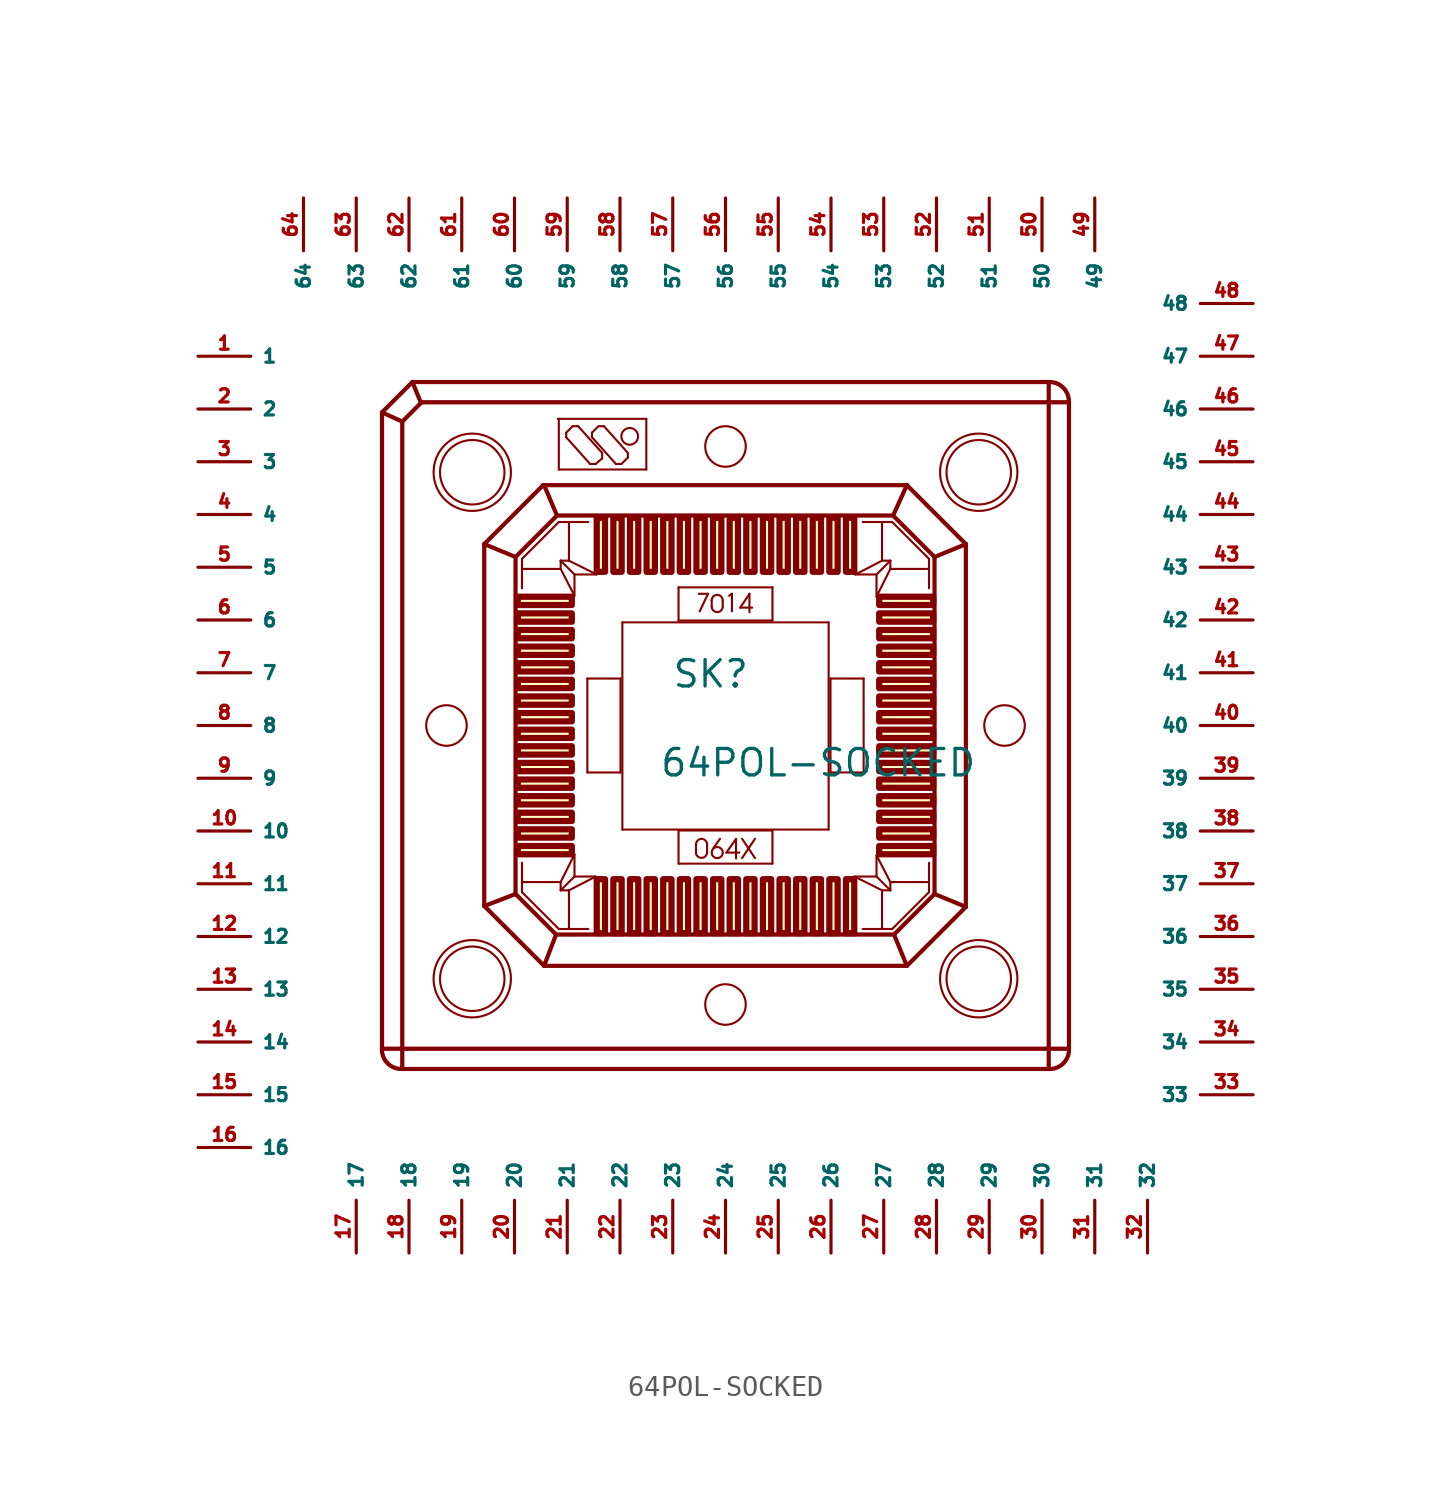
<source format=kicad_sym>
(kicad_symbol_lib
  (version 20220914)
  (generator Eagle2Kicad)
  (symbol "64POL-SOCKED"
    (property "Reference" "SK"
      (at -2.6 1.74 0)
      (effects (font (size 1.27 1.27) (thickness 0.16)) (justify left bottom)))
    (property "Value" "64POL-SOCKED"
      (at -3.2 -2.54 0)
      (effects (font (size 1.27 1.27) (thickness 0.16)) (justify left bottom)))
    (polyline
      (pts (xy -15.076 16.539) (xy 15.608 16.539))
      (stroke (width 0.203) (type default))
      (fill (type none)))
    (arc
      (start 16.5392 15.608)
      (mid 16.266 16.266)
      (end 15.608 16.5392)
      (stroke (width 0.2032) (type default))
      (fill (type none)))
    (polyline
      (pts (xy 16.539 15.608) (xy 16.539 -15.608))
      (stroke (width 0.203) (type default))
      (fill (type none)))
    (arc
      (start 15.608 -16.5392)
      (mid 16.266 -16.266)
      (end 16.5392 -15.608)
      (stroke (width 0.2032) (type default))
      (fill (type none)))
    (polyline
      (pts (xy 15.608 -16.539) (xy -15.608 -16.539))
      (stroke (width 0.203) (type default))
      (fill (type none)))
    (arc
      (start -16.5392 -15.608)
      (mid -16.266 -16.266)
      (end -15.608 -16.5392)
      (stroke (width 0.2032) (type default))
      (fill (type none)))
    (polyline
      (pts (xy -16.539 -15.608) (xy -16.539 15.076))
      (stroke (width 0.203) (type default))
      (fill (type none)))
    (polyline
      (pts (xy -16.539 15.076) (xy -15.076 16.539))
      (stroke (width 0.203) (type default))
      (fill (type none)))
    (polyline
      (pts (xy -15.564 14.633) (xy -14.633 15.564))
      (stroke (width 0.203) (type default))
      (fill (type none)))
    (polyline
      (pts (xy -14.633 15.564) (xy 15.564 15.564))
      (stroke (width 0.203) (type default))
      (fill (type none)))
    (polyline
      (pts (xy 15.564 15.564) (xy 15.564 -15.564))
      (stroke (width 0.203) (type default))
      (fill (type none)))
    (polyline
      (pts (xy 15.564 -15.564) (xy -15.564 -15.564))
      (stroke (width 0.203) (type default))
      (fill (type none)))
    (polyline
      (pts (xy -15.564 -15.564) (xy -15.564 14.633))
      (stroke (width 0.203) (type default))
      (fill (type none)))
    (polyline
      (pts (xy -15.564 14.633) (xy -16.539 15.076))
      (stroke (width 0.203) (type default))
      (fill (type none)))
    (polyline
      (pts (xy -14.677 15.564) (xy -15.076 16.539))
      (stroke (width 0.203) (type default))
      (fill (type none)))
    (polyline
      (pts (xy 15.564 15.564) (xy 15.564 16.451))
      (stroke (width 0.203) (type default))
      (fill (type none)))
    (polyline
      (pts (xy 15.564 15.564) (xy 16.451 15.564))
      (stroke (width 0.203) (type default))
      (fill (type none)))
    (polyline
      (pts (xy 15.564 -15.564) (xy 16.451 -15.564))
      (stroke (width 0.203) (type default))
      (fill (type none)))
    (polyline
      (pts (xy 15.564 -15.564) (xy 15.564 -16.495))
      (stroke (width 0.203) (type default))
      (fill (type none)))
    (polyline
      (pts (xy -15.564 -15.564) (xy -16.451 -15.564))
      (stroke (width 0.203) (type default))
      (fill (type none)))
    (polyline
      (pts (xy -15.564 -15.564) (xy -15.564 -16.451))
      (stroke (width 0.203) (type default))
      (fill (type none)))
    (polyline
      (pts (xy -11.617 8.735) (xy -8.78 11.573))
      (stroke (width 0.203) (type default))
      (fill (type none)))
    (polyline
      (pts (xy -8.78 11.573) (xy 8.735 11.573))
      (stroke (width 0.203) (type default))
      (fill (type none)))
    (polyline
      (pts (xy 8.735 11.573) (xy 11.573 8.735))
      (stroke (width 0.203) (type default))
      (fill (type none)))
    (polyline
      (pts (xy 11.573 8.735) (xy 11.573 -8.735))
      (stroke (width 0.203) (type default))
      (fill (type none)))
    (polyline
      (pts (xy 11.573 -8.735) (xy 8.735 -11.573))
      (stroke (width 0.203) (type default))
      (fill (type none)))
    (polyline
      (pts (xy 8.735 -11.573) (xy -8.735 -11.573))
      (stroke (width 0.203) (type default))
      (fill (type none)))
    (polyline
      (pts (xy -8.735 -11.573) (xy -11.617 -8.691))
      (stroke (width 0.203) (type default))
      (fill (type none)))
    (polyline
      (pts (xy -11.617 -8.691) (xy -11.617 8.735))
      (stroke (width 0.203) (type default))
      (fill (type none)))
    (polyline
      (pts (xy -8.114 10.11) (xy 8.07 10.11))
      (stroke (width 0.203) (type default))
      (fill (type none)))
    (polyline
      (pts (xy 8.07 10.11) (xy 10.065 8.114))
      (stroke (width 0.203) (type default))
      (fill (type none)))
    (polyline
      (pts (xy 10.065 8.114) (xy 10.065 -8.114))
      (stroke (width 0.203) (type default))
      (fill (type none)))
    (polyline
      (pts (xy 10.065 -8.114) (xy 8.114 -10.065))
      (stroke (width 0.203) (type default))
      (fill (type none)))
    (polyline
      (pts (xy 8.114 -10.065) (xy -8.159 -10.065))
      (stroke (width 0.203) (type default))
      (fill (type none)))
    (polyline
      (pts (xy -8.159 -10.065) (xy -10.11 -8.114))
      (stroke (width 0.203) (type default))
      (fill (type none)))
    (polyline
      (pts (xy -10.11 -8.114) (xy -10.11 8.114))
      (stroke (width 0.203) (type default))
      (fill (type none)))
    (polyline
      (pts (xy -10.11 8.114) (xy -8.114 10.11))
      (stroke (width 0.203) (type default))
      (fill (type none)))
    (polyline
      (pts (xy -8.114 10.11) (xy -8.735 11.573))
      (stroke (width 0.203) (type default))
      (fill (type none)))
    (polyline
      (pts (xy -10.11 8.114) (xy -11.617 8.735))
      (stroke (width 0.203) (type default))
      (fill (type none)))
    (polyline
      (pts (xy 8.07 10.11) (xy 8.735 11.573))
      (stroke (width 0.203) (type default))
      (fill (type none)))
    (polyline
      (pts (xy 10.065 8.114) (xy 11.573 8.735))
      (stroke (width 0.203) (type default))
      (fill (type none)))
    (polyline
      (pts (xy 10.065 -8.114) (xy 11.573 -8.735))
      (stroke (width 0.203) (type default))
      (fill (type none)))
    (polyline
      (pts (xy 8.114 -10.065) (xy 8.735 -11.573))
      (stroke (width 0.203) (type default))
      (fill (type none)))
    (polyline
      (pts (xy -8.735 -11.573) (xy -8.159 -10.065))
      (stroke (width 0.203) (type default))
      (fill (type none)))
    (polyline
      (pts (xy -11.617 -8.691) (xy -10.11 -8.114))
      (stroke (width 0.203) (type default))
      (fill (type none)))
    (polyline
      (pts (xy -6.208 7.272) (xy -7.272 7.272))
      (stroke (width 0.102) (type default))
      (fill (type none)))
    (polyline
      (pts (xy -7.272 7.272) (xy -7.272 6.252))
      (stroke (width 0.102) (type default))
      (fill (type none)))
    (polyline
      (pts (xy -7.272 6.252) (xy -7.937 7.538))
      (stroke (width 0.102) (type default))
      (fill (type none)))
    (polyline
      (pts (xy -7.937 7.538) (xy -7.937 7.937))
      (stroke (width 0.102) (type default))
      (fill (type none)))
    (polyline
      (pts (xy -7.937 7.937) (xy -7.272 7.272))
      (stroke (width 0.102) (type default))
      (fill (type none)))
    (polyline
      (pts (xy -7.937 7.937) (xy -7.538 7.937))
      (stroke (width 0.102) (type default))
      (fill (type none)))
    (polyline
      (pts (xy -7.538 7.937) (xy -6.208 7.272))
      (stroke (width 0.102) (type default))
      (fill (type none)))
    (polyline
      (pts (xy -7.538 7.937) (xy -7.538 9.799))
      (stroke (width 0.102) (type default))
      (fill (type none)))
    (polyline
      (pts (xy -7.538 9.799) (xy -8.026 9.799))
      (stroke (width 0.102) (type default))
      (fill (type none)))
    (polyline
      (pts (xy -8.026 9.799) (xy -9.799 8.026))
      (stroke (width 0.102) (type default))
      (fill (type none)))
    (polyline
      (pts (xy -9.799 8.026) (xy -9.799 7.538))
      (stroke (width 0.102) (type default))
      (fill (type none)))
    (polyline
      (pts (xy -9.799 7.538) (xy -7.937 7.538))
      (stroke (width 0.102) (type default))
      (fill (type none)))
    (polyline
      (pts (xy -9.799 7.538) (xy -9.799 6.607))
      (stroke (width 0.102) (type default))
      (fill (type none)))
    (polyline
      (pts (xy -7.538 9.799) (xy -6.607 9.799))
      (stroke (width 0.102) (type default))
      (fill (type none)))
    (polyline
      (pts (xy -8.07 14.766) (xy -8.026 14.766))
      (stroke (width 0.102) (type default))
      (fill (type none)))
    (polyline
      (pts (xy -8.026 14.766) (xy -3.813 14.766))
      (stroke (width 0.102) (type default))
      (fill (type none)))
    (polyline
      (pts (xy -3.813 14.766) (xy -3.813 12.327))
      (stroke (width 0.102) (type default))
      (fill (type none)))
    (polyline
      (pts (xy -3.813 12.327) (xy -8.026 12.327))
      (stroke (width 0.102) (type default))
      (fill (type none)))
    (polyline
      (pts (xy -8.026 12.327) (xy -8.026 14.766))
      (stroke (width 0.102) (type default))
      (fill (type none)))
    (polyline
      (pts (xy -6.518 12.593) (xy -7.671 13.879))
      (stroke (width 0.102) (type default))
      (fill (type none)))
    (polyline
      (pts (xy -7.671 13.879) (xy -7.671 14.1))
      (stroke (width 0.102) (type default))
      (fill (type none)))
    (polyline
      (pts (xy -7.671 14.1) (xy -7.361 14.411))
      (stroke (width 0.102) (type default))
      (fill (type none)))
    (polyline
      (pts (xy -7.361 14.411) (xy -7.095 14.411))
      (stroke (width 0.102) (type default))
      (fill (type none)))
    (polyline
      (pts (xy -7.095 14.411) (xy -5.942 13.125))
      (stroke (width 0.102) (type default))
      (fill (type none)))
    (polyline
      (pts (xy -5.942 13.125) (xy -5.942 12.859))
      (stroke (width 0.102) (type default))
      (fill (type none)))
    (polyline
      (pts (xy -5.942 12.859) (xy -6.252 12.593))
      (stroke (width 0.102) (type default))
      (fill (type none)))
    (polyline
      (pts (xy -6.252 12.593) (xy -6.518 12.593))
      (stroke (width 0.102) (type default))
      (fill (type none)))
    (polyline
      (pts (xy -5.277 12.593) (xy -6.429 13.879))
      (stroke (width 0.102) (type default))
      (fill (type none)))
    (polyline
      (pts (xy -6.429 13.879) (xy -6.429 14.1))
      (stroke (width 0.102) (type default))
      (fill (type none)))
    (polyline
      (pts (xy -6.429 14.1) (xy -6.119 14.411))
      (stroke (width 0.102) (type default))
      (fill (type none)))
    (polyline
      (pts (xy -6.119 14.411) (xy -5.853 14.411))
      (stroke (width 0.102) (type default))
      (fill (type none)))
    (polyline
      (pts (xy -5.853 14.411) (xy -4.7 13.125))
      (stroke (width 0.102) (type default))
      (fill (type none)))
    (polyline
      (pts (xy -4.7 13.125) (xy -4.7 12.903))
      (stroke (width 0.102) (type default))
      (fill (type none)))
    (polyline
      (pts (xy -4.7 12.903) (xy -5.011 12.593))
      (stroke (width 0.102) (type default))
      (fill (type none)))
    (polyline
      (pts (xy -5.011 12.593) (xy -5.277 12.593))
      (stroke (width 0.102) (type default))
      (fill (type none)))
    (polyline
      (pts (xy -4.966 4.966) (xy 4.966 4.966))
      (stroke (width 0.102) (type default))
      (fill (type none)))
    (polyline
      (pts (xy 2.261 5.055) (xy 2.261 6.651))
      (stroke (width 0.102) (type default))
      (fill (type none)))
    (polyline
      (pts (xy 2.261 6.651) (xy -2.261 6.651))
      (stroke (width 0.102) (type default))
      (fill (type none)))
    (polyline
      (pts (xy -2.261 6.651) (xy -2.261 5.055))
      (stroke (width 0.102) (type default))
      (fill (type none)))
    (polyline
      (pts (xy -2.261 5.055) (xy 2.261 5.055))
      (stroke (width 0.102) (type default))
      (fill (type none)))
    (polyline
      (pts (xy -1.286 6.341) (xy -0.843 6.341))
      (stroke (width 0.102) (type default))
      (fill (type none)))
    (polyline
      (pts (xy -0.843 6.341) (xy -1.242 5.498))
      (stroke (width 0.102) (type default))
      (fill (type none)))
    (polyline
      (pts (xy -0.665 6.03) (xy -0.665 5.72))
      (stroke (width 0.102) (type default))
      (fill (type none)))
    (arc
      (start -0.6651 5.72)
      (mid -0.399 5.454)
      (end -0.133 5.72)
      (stroke (width 0.1016) (type default))
      (fill (type none)))
    (polyline
      (pts (xy -0.133 5.72) (xy -0.133 6.03))
      (stroke (width 0.102) (type default))
      (fill (type none)))
    (arc
      (start -0.133 6.0304)
      (mid -0.399 6.296)
      (end -0.6651 6.0304)
      (stroke (width 0.1016) (type default))
      (fill (type none)))
    (polyline
      (pts (xy 0.177 6.252) (xy 0.31 6.341))
      (stroke (width 0.102) (type default))
      (fill (type none)))
    (polyline
      (pts (xy 0.31 6.341) (xy 0.31 5.498))
      (stroke (width 0.102) (type default))
      (fill (type none)))
    (polyline
      (pts (xy 1.153 5.454) (xy 1.153 6.341))
      (stroke (width 0.102) (type default))
      (fill (type none)))
    (polyline
      (pts (xy 1.153 6.341) (xy 0.71 5.676))
      (stroke (width 0.102) (type default))
      (fill (type none)))
    (polyline
      (pts (xy 0.71 5.676) (xy 1.286 5.676))
      (stroke (width 0.102) (type default))
      (fill (type none)))
    (polyline
      (pts (xy -1.419 -6.13) (xy -1.419 -5.72))
      (stroke (width 0.102) (type default))
      (fill (type none)))
    (arc
      (start -0.8868 -5.72)
      (mid -1.153 -5.454)
      (end -1.4189 -5.72)
      (stroke (width 0.1016) (type default))
      (fill (type none)))
    (polyline
      (pts (xy -0.887 -5.72) (xy -0.887 -6.105))
      (stroke (width 0.102) (type default))
      (fill (type none)))
    (arc
      (start -1.4189 -6.1497)
      (mid -1.132 -6.372)
      (end -0.8868 -6.1054)
      (stroke (width 0.1016) (type default))
      (fill (type none)))
    (polyline
      (pts (xy -0.266 -5.454) (xy -0.576 -5.897))
      (stroke (width 0.102) (type default))
      (fill (type none)))
    (polyline
      (pts (xy 0.507 -6.4) (xy 0.507 -5.46))
      (stroke (width 0.102) (type default))
      (fill (type none)))
    (polyline
      (pts (xy 0.507 -5.46) (xy 0.044 -6.119))
      (stroke (width 0.102) (type default))
      (fill (type none)))
    (polyline
      (pts (xy 0.044 -6.119) (xy 0.665 -6.119))
      (stroke (width 0.102) (type default))
      (fill (type none)))
    (polyline
      (pts (xy 0.798 -5.454) (xy 1.419 -6.385))
      (stroke (width 0.102) (type default))
      (fill (type none)))
    (polyline
      (pts (xy 0.798 -6.385) (xy 1.419 -5.454))
      (stroke (width 0.102) (type default))
      (fill (type none)))
    (polyline
      (pts (xy -4.966 4.966) (xy -4.966 -5.011))
      (stroke (width 0.102) (type default))
      (fill (type none)))
    (polyline
      (pts (xy -4.966 -5.011) (xy 4.966 -5.011))
      (stroke (width 0.102) (type default))
      (fill (type none)))
    (polyline
      (pts (xy 4.966 -5.011) (xy 4.966 4.966))
      (stroke (width 0.102) (type default))
      (fill (type none)))
    (polyline
      (pts (xy -7.272 -6.208) (xy -7.272 -7.272))
      (stroke (width 0.102) (type default))
      (fill (type none)))
    (polyline
      (pts (xy -7.272 -7.272) (xy -6.252 -7.272))
      (stroke (width 0.102) (type default))
      (fill (type none)))
    (polyline
      (pts (xy -6.252 -7.272) (xy -7.538 -7.937))
      (stroke (width 0.102) (type default))
      (fill (type none)))
    (polyline
      (pts (xy -7.538 -7.937) (xy -7.937 -7.937))
      (stroke (width 0.102) (type default))
      (fill (type none)))
    (polyline
      (pts (xy -7.937 -7.937) (xy -7.272 -7.272))
      (stroke (width 0.102) (type default))
      (fill (type none)))
    (polyline
      (pts (xy -7.937 -7.937) (xy -7.937 -7.538))
      (stroke (width 0.102) (type default))
      (fill (type none)))
    (polyline
      (pts (xy -7.937 -7.538) (xy -7.272 -6.208))
      (stroke (width 0.102) (type default))
      (fill (type none)))
    (polyline
      (pts (xy -7.937 -7.538) (xy -9.799 -7.538))
      (stroke (width 0.102) (type default))
      (fill (type none)))
    (polyline
      (pts (xy -9.799 -7.538) (xy -9.799 -8.026))
      (stroke (width 0.102) (type default))
      (fill (type none)))
    (polyline
      (pts (xy -9.799 -8.026) (xy -8.026 -9.799))
      (stroke (width 0.102) (type default))
      (fill (type none)))
    (polyline
      (pts (xy -8.026 -9.799) (xy -7.538 -9.799))
      (stroke (width 0.102) (type default))
      (fill (type none)))
    (polyline
      (pts (xy -7.538 -9.799) (xy -7.538 -7.937))
      (stroke (width 0.102) (type default))
      (fill (type none)))
    (polyline
      (pts (xy -7.538 -9.799) (xy -6.607 -9.799))
      (stroke (width 0.102) (type default))
      (fill (type none)))
    (polyline
      (pts (xy -9.799 -7.538) (xy -9.799 -6.607))
      (stroke (width 0.102) (type default))
      (fill (type none)))
    (polyline
      (pts (xy -5.055 2.261) (xy -6.651 2.261))
      (stroke (width 0.102) (type default))
      (fill (type none)))
    (polyline
      (pts (xy -6.651 2.261) (xy -6.651 -2.261))
      (stroke (width 0.102) (type default))
      (fill (type none)))
    (polyline
      (pts (xy -6.651 -2.261) (xy -5.055 -2.261))
      (stroke (width 0.102) (type default))
      (fill (type none)))
    (polyline
      (pts (xy -5.055 -2.261) (xy -5.055 2.261))
      (stroke (width 0.102) (type default))
      (fill (type none)))
    (polyline
      (pts (xy 6.208 -7.272) (xy 7.272 -7.272))
      (stroke (width 0.102) (type default))
      (fill (type none)))
    (polyline
      (pts (xy 7.272 -7.272) (xy 7.272 -6.252))
      (stroke (width 0.102) (type default))
      (fill (type none)))
    (polyline
      (pts (xy 7.272 -6.252) (xy 7.937 -7.538))
      (stroke (width 0.102) (type default))
      (fill (type none)))
    (polyline
      (pts (xy 7.937 -7.538) (xy 7.937 -7.937))
      (stroke (width 0.102) (type default))
      (fill (type none)))
    (polyline
      (pts (xy 7.937 -7.937) (xy 7.272 -7.272))
      (stroke (width 0.102) (type default))
      (fill (type none)))
    (polyline
      (pts (xy 7.937 -7.937) (xy 7.538 -7.937))
      (stroke (width 0.102) (type default))
      (fill (type none)))
    (polyline
      (pts (xy 7.538 -7.937) (xy 6.208 -7.272))
      (stroke (width 0.102) (type default))
      (fill (type none)))
    (polyline
      (pts (xy 7.538 -7.937) (xy 7.538 -9.799))
      (stroke (width 0.102) (type default))
      (fill (type none)))
    (polyline
      (pts (xy 7.538 -9.799) (xy 8.026 -9.799))
      (stroke (width 0.102) (type default))
      (fill (type none)))
    (polyline
      (pts (xy 8.026 -9.799) (xy 9.799 -8.026))
      (stroke (width 0.102) (type default))
      (fill (type none)))
    (polyline
      (pts (xy 9.799 -8.026) (xy 9.799 -7.538))
      (stroke (width 0.102) (type default))
      (fill (type none)))
    (polyline
      (pts (xy 9.799 -7.538) (xy 7.937 -7.538))
      (stroke (width 0.102) (type default))
      (fill (type none)))
    (polyline
      (pts (xy 9.799 -7.538) (xy 9.799 -6.607))
      (stroke (width 0.102) (type default))
      (fill (type none)))
    (polyline
      (pts (xy 7.538 -9.799) (xy 6.607 -9.799))
      (stroke (width 0.102) (type default))
      (fill (type none)))
    (polyline
      (pts (xy -2.261 -5.055) (xy -2.261 -6.651))
      (stroke (width 0.102) (type default))
      (fill (type none)))
    (polyline
      (pts (xy -2.261 -6.651) (xy 2.261 -6.651))
      (stroke (width 0.102) (type default))
      (fill (type none)))
    (polyline
      (pts (xy 2.261 -6.651) (xy 2.261 -5.055))
      (stroke (width 0.102) (type default))
      (fill (type none)))
    (polyline
      (pts (xy 2.261 -5.055) (xy -2.261 -5.055))
      (stroke (width 0.102) (type default))
      (fill (type none)))
    (polyline
      (pts (xy 7.272 6.208) (xy 7.272 7.272))
      (stroke (width 0.102) (type default))
      (fill (type none)))
    (polyline
      (pts (xy 7.272 7.272) (xy 6.252 7.272))
      (stroke (width 0.102) (type default))
      (fill (type none)))
    (polyline
      (pts (xy 6.252 7.272) (xy 7.538 7.937))
      (stroke (width 0.102) (type default))
      (fill (type none)))
    (polyline
      (pts (xy 7.538 7.937) (xy 7.937 7.937))
      (stroke (width 0.102) (type default))
      (fill (type none)))
    (polyline
      (pts (xy 7.937 7.937) (xy 7.272 7.272))
      (stroke (width 0.102) (type default))
      (fill (type none)))
    (polyline
      (pts (xy 7.937 7.937) (xy 7.937 7.538))
      (stroke (width 0.102) (type default))
      (fill (type none)))
    (polyline
      (pts (xy 7.937 7.538) (xy 7.272 6.208))
      (stroke (width 0.102) (type default))
      (fill (type none)))
    (polyline
      (pts (xy 7.937 7.538) (xy 9.799 7.538))
      (stroke (width 0.102) (type default))
      (fill (type none)))
    (polyline
      (pts (xy 9.799 7.538) (xy 9.799 8.026))
      (stroke (width 0.102) (type default))
      (fill (type none)))
    (polyline
      (pts (xy 9.799 8.026) (xy 8.026 9.799))
      (stroke (width 0.102) (type default))
      (fill (type none)))
    (polyline
      (pts (xy 8.026 9.799) (xy 7.538 9.799))
      (stroke (width 0.102) (type default))
      (fill (type none)))
    (polyline
      (pts (xy 7.538 9.799) (xy 7.538 7.937))
      (stroke (width 0.102) (type default))
      (fill (type none)))
    (polyline
      (pts (xy 7.538 9.799) (xy 6.607 9.799))
      (stroke (width 0.102) (type default))
      (fill (type none)))
    (polyline
      (pts (xy 9.799 7.538) (xy 9.799 6.607))
      (stroke (width 0.102) (type default))
      (fill (type none)))
    (polyline
      (pts (xy 5.055 -2.261) (xy 6.651 -2.261))
      (stroke (width 0.102) (type default))
      (fill (type none)))
    (polyline
      (pts (xy 6.651 -2.261) (xy 6.651 2.261))
      (stroke (width 0.102) (type default))
      (fill (type none)))
    (polyline
      (pts (xy 6.651 2.261) (xy 5.055 2.261))
      (stroke (width 0.102) (type default))
      (fill (type none)))
    (polyline
      (pts (xy 5.055 2.261) (xy 5.055 -2.261))
      (stroke (width 0.102) (type default))
      (fill (type none)))
    (circle
      (center -12.194 12.194)
      (radius 1.862)
      (stroke (width 0.102) (type default))
      (fill (type none)))
    (circle
      (center -12.194 12.194)
      (radius 1.552)
      (stroke (width 0.102) (type default))
      (fill (type none)))
    (circle
      (center -4.612 13.923)
      (radius 0.402)
      (stroke (width 0.102) (type default))
      (fill (type none)))
    (circle
      (center 0 13.435)
      (radius 0.976)
      (stroke (width 0.102) (type default))
      (fill (type none)))
    (circle
      (center -0.399 -6.119)
      (radius 0.266)
      (stroke (width 0.102) (type default))
      (fill (type none)))
    (circle
      (center -12.194 -12.194)
      (radius 1.862)
      (stroke (width 0.102) (type default))
      (fill (type none)))
    (circle
      (center -12.194 -12.194)
      (radius 1.552)
      (stroke (width 0.102) (type default))
      (fill (type none)))
    (circle
      (center -13.435 0)
      (radius 0.976)
      (stroke (width 0.102) (type default))
      (fill (type none)))
    (circle
      (center 12.194 -12.194)
      (radius 1.862)
      (stroke (width 0.102) (type default))
      (fill (type none)))
    (circle
      (center 12.194 -12.194)
      (radius 1.552)
      (stroke (width 0.102) (type default))
      (fill (type none)))
    (circle
      (center 0 -13.435)
      (radius 0.976)
      (stroke (width 0.102) (type default))
      (fill (type none)))
    (circle
      (center 12.194 12.194)
      (radius 1.862)
      (stroke (width 0.102) (type default))
      (fill (type none)))
    (circle
      (center 12.194 12.194)
      (radius 1.552)
      (stroke (width 0.102) (type default))
      (fill (type none)))
    (circle
      (center 13.435 0)
      (radius 0.976)
      (stroke (width 0.102) (type default))
      (fill (type none)))
    (rectangle
      (start -10 5.8)
      (end -7.4 6.2)
      (stroke (width 0.3) (type default))
      (fill (type background)))
    (rectangle
      (start -10 5)
      (end -7.4 5.4)
      (stroke (width 0.3) (type default))
      (fill (type background)))
    (rectangle
      (start -10 4.2)
      (end -7.4 4.6)
      (stroke (width 0.3) (type default))
      (fill (type background)))
    (rectangle
      (start -10 3.4)
      (end -7.4 3.8)
      (stroke (width 0.3) (type default))
      (fill (type background)))
    (rectangle
      (start -10 2.6)
      (end -7.4 3)
      (stroke (width 0.3) (type default))
      (fill (type background)))
    (rectangle
      (start -10 1.8)
      (end -7.4 2.2)
      (stroke (width 0.3) (type default))
      (fill (type background)))
    (rectangle
      (start -10 1)
      (end -7.4 1.4)
      (stroke (width 0.3) (type default))
      (fill (type background)))
    (rectangle
      (start -10 0.2)
      (end -7.4 0.6)
      (stroke (width 0.3) (type default))
      (fill (type background)))
    (rectangle
      (start -10 -0.6)
      (end -7.4 -0.2)
      (stroke (width 0.3) (type default))
      (fill (type background)))
    (rectangle
      (start -10 -1.4)
      (end -7.4 -1)
      (stroke (width 0.3) (type default))
      (fill (type background)))
    (rectangle
      (start -10 -2.2)
      (end -7.4 -1.8)
      (stroke (width 0.3) (type default))
      (fill (type background)))
    (rectangle
      (start -10 -3)
      (end -7.4 -2.6)
      (stroke (width 0.3) (type default))
      (fill (type background)))
    (rectangle
      (start -10 -3.8)
      (end -7.4 -3.4)
      (stroke (width 0.3) (type default))
      (fill (type background)))
    (rectangle
      (start -10 -4.6)
      (end -7.4 -4.2)
      (stroke (width 0.3) (type default))
      (fill (type background)))
    (rectangle
      (start -10 -5.4)
      (end -7.4 -5)
      (stroke (width 0.3) (type default))
      (fill (type background)))
    (rectangle
      (start -10 -6.2)
      (end -7.4 -5.8)
      (stroke (width 0.3) (type default))
      (fill (type background)))
    (rectangle
      (start -6.2 -7.4)
      (end -5.8 -10)
      (stroke (width 0.3) (type default))
      (fill (type background)))
    (rectangle
      (start -5.4 -7.4)
      (end -5 -10)
      (stroke (width 0.3) (type default))
      (fill (type background)))
    (rectangle
      (start -4.6 -7.4)
      (end -4.2 -10)
      (stroke (width 0.3) (type default))
      (fill (type background)))
    (rectangle
      (start -3.8 -7.4)
      (end -3.4 -10)
      (stroke (width 0.3) (type default))
      (fill (type background)))
    (rectangle
      (start -3 -7.4)
      (end -2.6 -10)
      (stroke (width 0.3) (type default))
      (fill (type background)))
    (rectangle
      (start -2.2 -7.4)
      (end -1.8 -10)
      (stroke (width 0.3) (type default))
      (fill (type background)))
    (rectangle
      (start -1.4 -7.4)
      (end -1 -10)
      (stroke (width 0.3) (type default))
      (fill (type background)))
    (rectangle
      (start -0.6 -7.4)
      (end -0.2 -10)
      (stroke (width 0.3) (type default))
      (fill (type background)))
    (rectangle
      (start 0.2 -7.4)
      (end 0.6 -10)
      (stroke (width 0.3) (type default))
      (fill (type background)))
    (rectangle
      (start 1 -7.4)
      (end 1.4 -10)
      (stroke (width 0.3) (type default))
      (fill (type background)))
    (rectangle
      (start 1.8 -7.4)
      (end 2.2 -10)
      (stroke (width 0.3) (type default))
      (fill (type background)))
    (rectangle
      (start 2.6 -7.4)
      (end 3 -10)
      (stroke (width 0.3) (type default))
      (fill (type background)))
    (rectangle
      (start 3.4 -7.4)
      (end 3.8 -10)
      (stroke (width 0.3) (type default))
      (fill (type background)))
    (rectangle
      (start 4.2 -7.4)
      (end 4.6 -10)
      (stroke (width 0.3) (type default))
      (fill (type background)))
    (rectangle
      (start 5 -7.4)
      (end 5.4 -10)
      (stroke (width 0.3) (type default))
      (fill (type background)))
    (rectangle
      (start 5.8 -7.4)
      (end 6.2 -10)
      (stroke (width 0.3) (type default))
      (fill (type background)))
    (rectangle
      (start 7.4 -6.2)
      (end 10 -5.8)
      (stroke (width 0.3) (type default))
      (fill (type background)))
    (rectangle
      (start 7.4 -5.4)
      (end 10 -5)
      (stroke (width 0.3) (type default))
      (fill (type background)))
    (rectangle
      (start 7.4 -4.6)
      (end 10 -4.2)
      (stroke (width 0.3) (type default))
      (fill (type background)))
    (rectangle
      (start 7.4 -3.8)
      (end 10 -3.4)
      (stroke (width 0.3) (type default))
      (fill (type background)))
    (rectangle
      (start 7.4 -3)
      (end 10 -2.6)
      (stroke (width 0.3) (type default))
      (fill (type background)))
    (rectangle
      (start 7.4 -2.2)
      (end 10 -1.8)
      (stroke (width 0.3) (type default))
      (fill (type background)))
    (rectangle
      (start 7.4 -1.4)
      (end 10 -1)
      (stroke (width 0.3) (type default))
      (fill (type background)))
    (rectangle
      (start 7.4 -0.6)
      (end 10 -0.2)
      (stroke (width 0.3) (type default))
      (fill (type background)))
    (rectangle
      (start 7.4 0.2)
      (end 10 0.6)
      (stroke (width 0.3) (type default))
      (fill (type background)))
    (rectangle
      (start 7.4 1)
      (end 10 1.4)
      (stroke (width 0.3) (type default))
      (fill (type background)))
    (rectangle
      (start 7.4 1.8)
      (end 10 2.2)
      (stroke (width 0.3) (type default))
      (fill (type background)))
    (rectangle
      (start 7.4 2.6)
      (end 10 3)
      (stroke (width 0.3) (type default))
      (fill (type background)))
    (rectangle
      (start 7.4 3.4)
      (end 10 3.8)
      (stroke (width 0.3) (type default))
      (fill (type background)))
    (rectangle
      (start 7.4 4.2)
      (end 10 4.6)
      (stroke (width 0.3) (type default))
      (fill (type background)))
    (rectangle
      (start 7.4 5)
      (end 10 5.4)
      (stroke (width 0.3) (type default))
      (fill (type background)))
    (rectangle
      (start 7.4 5.8)
      (end 10 6.2)
      (stroke (width 0.3) (type default))
      (fill (type background)))
    (rectangle
      (start 5.8 10)
      (end 6.2 7.4)
      (stroke (width 0.3) (type default))
      (fill (type background)))
    (rectangle
      (start 5 10)
      (end 5.4 7.4)
      (stroke (width 0.3) (type default))
      (fill (type background)))
    (rectangle
      (start 4.2 10)
      (end 4.6 7.4)
      (stroke (width 0.3) (type default))
      (fill (type background)))
    (rectangle
      (start 3.4 10)
      (end 3.8 7.4)
      (stroke (width 0.3) (type default))
      (fill (type background)))
    (rectangle
      (start 2.6 10)
      (end 3 7.4)
      (stroke (width 0.3) (type default))
      (fill (type background)))
    (rectangle
      (start 1.8 10)
      (end 2.2 7.4)
      (stroke (width 0.3) (type default))
      (fill (type background)))
    (rectangle
      (start 1 10)
      (end 1.4 7.4)
      (stroke (width 0.3) (type default))
      (fill (type background)))
    (rectangle
      (start 0.2 10)
      (end 0.6 7.4)
      (stroke (width 0.3) (type default))
      (fill (type background)))
    (rectangle
      (start -0.6 10)
      (end -0.2 7.4)
      (stroke (width 0.3) (type default))
      (fill (type background)))
    (rectangle
      (start -1.4 10)
      (end -1 7.4)
      (stroke (width 0.3) (type default))
      (fill (type background)))
    (rectangle
      (start -2.2 10)
      (end -1.8 7.4)
      (stroke (width 0.3) (type default))
      (fill (type background)))
    (rectangle
      (start -3 10)
      (end -2.6 7.4)
      (stroke (width 0.3) (type default))
      (fill (type background)))
    (rectangle
      (start -3.8 10)
      (end -3.4 7.4)
      (stroke (width 0.3) (type default))
      (fill (type background)))
    (rectangle
      (start -4.6 10)
      (end -4.2 7.4)
      (stroke (width 0.3) (type default))
      (fill (type background)))
    (rectangle
      (start -5.4 10)
      (end -5 7.4)
      (stroke (width 0.3) (type default))
      (fill (type background)))
    (rectangle
      (start -6.2 10)
      (end -5.8 7.4)
      (stroke (width 0.3) (type default))
      (fill (type background)))
    (pin passive line
      (at -25.4 17.78 0)
      (length 2.54)
      (name "1" (effects (font (size 0.635 0.635) (thickness 0.08)) (justify left bottom)))
      (number "1" (effects (font (size 0.635 0.635) (thickness 0.08)) (justify left bottom))))
    (pin passive line
      (at -25.4 15.24 0)
      (length 2.54)
      (name "2" (effects (font (size 0.635 0.635) (thickness 0.08)) (justify left bottom)))
      (number "2" (effects (font (size 0.635 0.635) (thickness 0.08)) (justify left bottom))))
    (pin passive line
      (at -25.4 12.7 0)
      (length 2.54)
      (name "3" (effects (font (size 0.635 0.635) (thickness 0.08)) (justify left bottom)))
      (number "3" (effects (font (size 0.635 0.635) (thickness 0.08)) (justify left bottom))))
    (pin passive line
      (at -25.4 10.16 0)
      (length 2.54)
      (name "4" (effects (font (size 0.635 0.635) (thickness 0.08)) (justify left bottom)))
      (number "4" (effects (font (size 0.635 0.635) (thickness 0.08)) (justify left bottom))))
    (pin passive line
      (at -25.4 7.62 0)
      (length 2.54)
      (name "5" (effects (font (size 0.635 0.635) (thickness 0.08)) (justify left bottom)))
      (number "5" (effects (font (size 0.635 0.635) (thickness 0.08)) (justify left bottom))))
    (pin passive line
      (at -25.4 5.08 0)
      (length 2.54)
      (name "6" (effects (font (size 0.635 0.635) (thickness 0.08)) (justify left bottom)))
      (number "6" (effects (font (size 0.635 0.635) (thickness 0.08)) (justify left bottom))))
    (pin passive line
      (at -25.4 2.54 0)
      (length 2.54)
      (name "7" (effects (font (size 0.635 0.635) (thickness 0.08)) (justify left bottom)))
      (number "7" (effects (font (size 0.635 0.635) (thickness 0.08)) (justify left bottom))))
    (pin passive line
      (at -25.4 0 0)
      (length 2.54)
      (name "8" (effects (font (size 0.635 0.635) (thickness 0.08)) (justify left bottom)))
      (number "8" (effects (font (size 0.635 0.635) (thickness 0.08)) (justify left bottom))))
    (pin passive line
      (at -25.4 -2.54 0)
      (length 2.54)
      (name "9" (effects (font (size 0.635 0.635) (thickness 0.08)) (justify left bottom)))
      (number "9" (effects (font (size 0.635 0.635) (thickness 0.08)) (justify left bottom))))
    (pin passive line
      (at -25.4 -5.08 0)
      (length 2.54)
      (name "10" (effects (font (size 0.635 0.635) (thickness 0.08)) (justify left bottom)))
      (number "10" (effects (font (size 0.635 0.635) (thickness 0.08)) (justify left bottom))))
    (pin passive line
      (at -25.4 -7.62 0)
      (length 2.54)
      (name "11" (effects (font (size 0.635 0.635) (thickness 0.08)) (justify left bottom)))
      (number "11" (effects (font (size 0.635 0.635) (thickness 0.08)) (justify left bottom))))
    (pin passive line
      (at -25.4 -10.16 0)
      (length 2.54)
      (name "12" (effects (font (size 0.635 0.635) (thickness 0.08)) (justify left bottom)))
      (number "12" (effects (font (size 0.635 0.635) (thickness 0.08)) (justify left bottom))))
    (pin passive line
      (at -25.4 -12.7 0)
      (length 2.54)
      (name "13" (effects (font (size 0.635 0.635) (thickness 0.08)) (justify left bottom)))
      (number "13" (effects (font (size 0.635 0.635) (thickness 0.08)) (justify left bottom))))
    (pin passive line
      (at -25.4 -15.24 0)
      (length 2.54)
      (name "14" (effects (font (size 0.635 0.635) (thickness 0.08)) (justify left bottom)))
      (number "14" (effects (font (size 0.635 0.635) (thickness 0.08)) (justify left bottom))))
    (pin passive line
      (at -25.4 -17.78 0)
      (length 2.54)
      (name "15" (effects (font (size 0.635 0.635) (thickness 0.08)) (justify left bottom)))
      (number "15" (effects (font (size 0.635 0.635) (thickness 0.08)) (justify left bottom))))
    (pin passive line
      (at -25.4 -20.32 0)
      (length 2.54)
      (name "16" (effects (font (size 0.635 0.635) (thickness 0.08)) (justify left bottom)))
      (number "16" (effects (font (size 0.635 0.635) (thickness 0.08)) (justify left bottom))))
    (pin passive line
      (at -17.78 -25.4 90)
      (length 2.54)
      (name "17" (effects (font (size 0.635 0.635) (thickness 0.08)) (justify left bottom)))
      (number "17" (effects (font (size 0.635 0.635) (thickness 0.08)) (justify left bottom))))
    (pin passive line
      (at -15.24 -25.4 90)
      (length 2.54)
      (name "18" (effects (font (size 0.635 0.635) (thickness 0.08)) (justify left bottom)))
      (number "18" (effects (font (size 0.635 0.635) (thickness 0.08)) (justify left bottom))))
    (pin passive line
      (at -12.7 -25.4 90)
      (length 2.54)
      (name "19" (effects (font (size 0.635 0.635) (thickness 0.08)) (justify left bottom)))
      (number "19" (effects (font (size 0.635 0.635) (thickness 0.08)) (justify left bottom))))
    (pin passive line
      (at -10.16 -25.4 90)
      (length 2.54)
      (name "20" (effects (font (size 0.635 0.635) (thickness 0.08)) (justify left bottom)))
      (number "20" (effects (font (size 0.635 0.635) (thickness 0.08)) (justify left bottom))))
    (pin passive line
      (at -7.62 -25.4 90)
      (length 2.54)
      (name "21" (effects (font (size 0.635 0.635) (thickness 0.08)) (justify left bottom)))
      (number "21" (effects (font (size 0.635 0.635) (thickness 0.08)) (justify left bottom))))
    (pin passive line
      (at -5.08 -25.4 90)
      (length 2.54)
      (name "22" (effects (font (size 0.635 0.635) (thickness 0.08)) (justify left bottom)))
      (number "22" (effects (font (size 0.635 0.635) (thickness 0.08)) (justify left bottom))))
    (pin passive line
      (at -2.54 -25.4 90)
      (length 2.54)
      (name "23" (effects (font (size 0.635 0.635) (thickness 0.08)) (justify left bottom)))
      (number "23" (effects (font (size 0.635 0.635) (thickness 0.08)) (justify left bottom))))
    (pin passive line
      (at 0 -25.4 90)
      (length 2.54)
      (name "24" (effects (font (size 0.635 0.635) (thickness 0.08)) (justify left bottom)))
      (number "24" (effects (font (size 0.635 0.635) (thickness 0.08)) (justify left bottom))))
    (pin passive line
      (at 2.54 -25.4 90)
      (length 2.54)
      (name "25" (effects (font (size 0.635 0.635) (thickness 0.08)) (justify left bottom)))
      (number "25" (effects (font (size 0.635 0.635) (thickness 0.08)) (justify left bottom))))
    (pin passive line
      (at 5.08 -25.4 90)
      (length 2.54)
      (name "26" (effects (font (size 0.635 0.635) (thickness 0.08)) (justify left bottom)))
      (number "26" (effects (font (size 0.635 0.635) (thickness 0.08)) (justify left bottom))))
    (pin passive line
      (at 7.62 -25.4 90)
      (length 2.54)
      (name "27" (effects (font (size 0.635 0.635) (thickness 0.08)) (justify left bottom)))
      (number "27" (effects (font (size 0.635 0.635) (thickness 0.08)) (justify left bottom))))
    (pin passive line
      (at 10.16 -25.4 90)
      (length 2.54)
      (name "28" (effects (font (size 0.635 0.635) (thickness 0.08)) (justify left bottom)))
      (number "28" (effects (font (size 0.635 0.635) (thickness 0.08)) (justify left bottom))))
    (pin passive line
      (at 12.7 -25.4 90)
      (length 2.54)
      (name "29" (effects (font (size 0.635 0.635) (thickness 0.08)) (justify left bottom)))
      (number "29" (effects (font (size 0.635 0.635) (thickness 0.08)) (justify left bottom))))
    (pin passive line
      (at 15.24 -25.4 90)
      (length 2.54)
      (name "30" (effects (font (size 0.635 0.635) (thickness 0.08)) (justify left bottom)))
      (number "30" (effects (font (size 0.635 0.635) (thickness 0.08)) (justify left bottom))))
    (pin passive line
      (at 17.78 -25.4 90)
      (length 2.54)
      (name "31" (effects (font (size 0.635 0.635) (thickness 0.08)) (justify left bottom)))
      (number "31" (effects (font (size 0.635 0.635) (thickness 0.08)) (justify left bottom))))
    (pin passive line
      (at 20.32 -25.4 90)
      (length 2.54)
      (name "32" (effects (font (size 0.635 0.635) (thickness 0.08)) (justify left bottom)))
      (number "32" (effects (font (size 0.635 0.635) (thickness 0.08)) (justify left bottom))))
    (pin passive line
      (at 25.4 -17.78 180)
      (length 2.54)
      (name "33" (effects (font (size 0.635 0.635) (thickness 0.08)) (justify left bottom)))
      (number "33" (effects (font (size 0.635 0.635) (thickness 0.08)) (justify left bottom))))
    (pin passive line
      (at 25.4 -15.24 180)
      (length 2.54)
      (name "34" (effects (font (size 0.635 0.635) (thickness 0.08)) (justify left bottom)))
      (number "34" (effects (font (size 0.635 0.635) (thickness 0.08)) (justify left bottom))))
    (pin passive line
      (at 25.4 -12.7 180)
      (length 2.54)
      (name "35" (effects (font (size 0.635 0.635) (thickness 0.08)) (justify left bottom)))
      (number "35" (effects (font (size 0.635 0.635) (thickness 0.08)) (justify left bottom))))
    (pin passive line
      (at 25.4 -10.16 180)
      (length 2.54)
      (name "36" (effects (font (size 0.635 0.635) (thickness 0.08)) (justify left bottom)))
      (number "36" (effects (font (size 0.635 0.635) (thickness 0.08)) (justify left bottom))))
    (pin passive line
      (at 25.4 -7.62 180)
      (length 2.54)
      (name "37" (effects (font (size 0.635 0.635) (thickness 0.08)) (justify left bottom)))
      (number "37" (effects (font (size 0.635 0.635) (thickness 0.08)) (justify left bottom))))
    (pin passive line
      (at 25.4 -5.08 180)
      (length 2.54)
      (name "38" (effects (font (size 0.635 0.635) (thickness 0.08)) (justify left bottom)))
      (number "38" (effects (font (size 0.635 0.635) (thickness 0.08)) (justify left bottom))))
    (pin passive line
      (at 25.4 -2.54 180)
      (length 2.54)
      (name "39" (effects (font (size 0.635 0.635) (thickness 0.08)) (justify left bottom)))
      (number "39" (effects (font (size 0.635 0.635) (thickness 0.08)) (justify left bottom))))
    (pin passive line
      (at 25.4 0 180)
      (length 2.54)
      (name "40" (effects (font (size 0.635 0.635) (thickness 0.08)) (justify left bottom)))
      (number "40" (effects (font (size 0.635 0.635) (thickness 0.08)) (justify left bottom))))
    (pin passive line
      (at 25.4 2.54 180)
      (length 2.54)
      (name "41" (effects (font (size 0.635 0.635) (thickness 0.08)) (justify left bottom)))
      (number "41" (effects (font (size 0.635 0.635) (thickness 0.08)) (justify left bottom))))
    (pin passive line
      (at 25.4 5.08 180)
      (length 2.54)
      (name "42" (effects (font (size 0.635 0.635) (thickness 0.08)) (justify left bottom)))
      (number "42" (effects (font (size 0.635 0.635) (thickness 0.08)) (justify left bottom))))
    (pin passive line
      (at 25.4 7.62 180)
      (length 2.54)
      (name "43" (effects (font (size 0.635 0.635) (thickness 0.08)) (justify left bottom)))
      (number "43" (effects (font (size 0.635 0.635) (thickness 0.08)) (justify left bottom))))
    (pin passive line
      (at 25.4 10.16 180)
      (length 2.54)
      (name "44" (effects (font (size 0.635 0.635) (thickness 0.08)) (justify left bottom)))
      (number "44" (effects (font (size 0.635 0.635) (thickness 0.08)) (justify left bottom))))
    (pin passive line
      (at 25.4 12.7 180)
      (length 2.54)
      (name "45" (effects (font (size 0.635 0.635) (thickness 0.08)) (justify left bottom)))
      (number "45" (effects (font (size 0.635 0.635) (thickness 0.08)) (justify left bottom))))
    (pin passive line
      (at 25.4 15.24 180)
      (length 2.54)
      (name "46" (effects (font (size 0.635 0.635) (thickness 0.08)) (justify left bottom)))
      (number "46" (effects (font (size 0.635 0.635) (thickness 0.08)) (justify left bottom))))
    (pin passive line
      (at 25.4 17.78 180)
      (length 2.54)
      (name "47" (effects (font (size 0.635 0.635) (thickness 0.08)) (justify left bottom)))
      (number "47" (effects (font (size 0.635 0.635) (thickness 0.08)) (justify left bottom))))
    (pin passive line
      (at 25.4 20.32 180)
      (length 2.54)
      (name "48" (effects (font (size 0.635 0.635) (thickness 0.08)) (justify left bottom)))
      (number "48" (effects (font (size 0.635 0.635) (thickness 0.08)) (justify left bottom))))
    (pin passive line
      (at 17.78 25.4 270)
      (length 2.54)
      (name "49" (effects (font (size 0.635 0.635) (thickness 0.08)) (justify left bottom)))
      (number "49" (effects (font (size 0.635 0.635) (thickness 0.08)) (justify left bottom))))
    (pin passive line
      (at 15.24 25.4 270)
      (length 2.54)
      (name "50" (effects (font (size 0.635 0.635) (thickness 0.08)) (justify left bottom)))
      (number "50" (effects (font (size 0.635 0.635) (thickness 0.08)) (justify left bottom))))
    (pin passive line
      (at 12.7 25.4 270)
      (length 2.54)
      (name "51" (effects (font (size 0.635 0.635) (thickness 0.08)) (justify left bottom)))
      (number "51" (effects (font (size 0.635 0.635) (thickness 0.08)) (justify left bottom))))
    (pin passive line
      (at 10.16 25.4 270)
      (length 2.54)
      (name "52" (effects (font (size 0.635 0.635) (thickness 0.08)) (justify left bottom)))
      (number "52" (effects (font (size 0.635 0.635) (thickness 0.08)) (justify left bottom))))
    (pin passive line
      (at 7.62 25.4 270)
      (length 2.54)
      (name "53" (effects (font (size 0.635 0.635) (thickness 0.08)) (justify left bottom)))
      (number "53" (effects (font (size 0.635 0.635) (thickness 0.08)) (justify left bottom))))
    (pin passive line
      (at 5.08 25.4 270)
      (length 2.54)
      (name "54" (effects (font (size 0.635 0.635) (thickness 0.08)) (justify left bottom)))
      (number "54" (effects (font (size 0.635 0.635) (thickness 0.08)) (justify left bottom))))
    (pin passive line
      (at 2.54 25.4 270)
      (length 2.54)
      (name "55" (effects (font (size 0.635 0.635) (thickness 0.08)) (justify left bottom)))
      (number "55" (effects (font (size 0.635 0.635) (thickness 0.08)) (justify left bottom))))
    (pin passive line
      (at 0 25.4 270)
      (length 2.54)
      (name "56" (effects (font (size 0.635 0.635) (thickness 0.08)) (justify left bottom)))
      (number "56" (effects (font (size 0.635 0.635) (thickness 0.08)) (justify left bottom))))
    (pin passive line
      (at -2.54 25.4 270)
      (length 2.54)
      (name "57" (effects (font (size 0.635 0.635) (thickness 0.08)) (justify left bottom)))
      (number "57" (effects (font (size 0.635 0.635) (thickness 0.08)) (justify left bottom))))
    (pin passive line
      (at -5.08 25.4 270)
      (length 2.54)
      (name "58" (effects (font (size 0.635 0.635) (thickness 0.08)) (justify left bottom)))
      (number "58" (effects (font (size 0.635 0.635) (thickness 0.08)) (justify left bottom))))
    (pin passive line
      (at -7.62 25.4 270)
      (length 2.54)
      (name "59" (effects (font (size 0.635 0.635) (thickness 0.08)) (justify left bottom)))
      (number "59" (effects (font (size 0.635 0.635) (thickness 0.08)) (justify left bottom))))
    (pin passive line
      (at -10.16 25.4 270)
      (length 2.54)
      (name "60" (effects (font (size 0.635 0.635) (thickness 0.08)) (justify left bottom)))
      (number "60" (effects (font (size 0.635 0.635) (thickness 0.08)) (justify left bottom))))
    (pin passive line
      (at -12.7 25.4 270)
      (length 2.54)
      (name "61" (effects (font (size 0.635 0.635) (thickness 0.08)) (justify left bottom)))
      (number "61" (effects (font (size 0.635 0.635) (thickness 0.08)) (justify left bottom))))
    (pin passive line
      (at -15.24 25.4 270)
      (length 2.54)
      (name "62" (effects (font (size 0.635 0.635) (thickness 0.08)) (justify left bottom)))
      (number "62" (effects (font (size 0.635 0.635) (thickness 0.08)) (justify left bottom))))
    (pin passive line
      (at -17.78 25.4 270)
      (length 2.54)
      (name "63" (effects (font (size 0.635 0.635) (thickness 0.08)) (justify left bottom)))
      (number "63" (effects (font (size 0.635 0.635) (thickness 0.08)) (justify left bottom))))
    (pin passive line
      (at -20.32 25.4 270)
      (length 2.54)
      (name "64" (effects (font (size 0.635 0.635) (thickness 0.08)) (justify left bottom)))
      (number "64" (effects (font (size 0.635 0.635) (thickness 0.08)) (justify left bottom))))))
</source>
